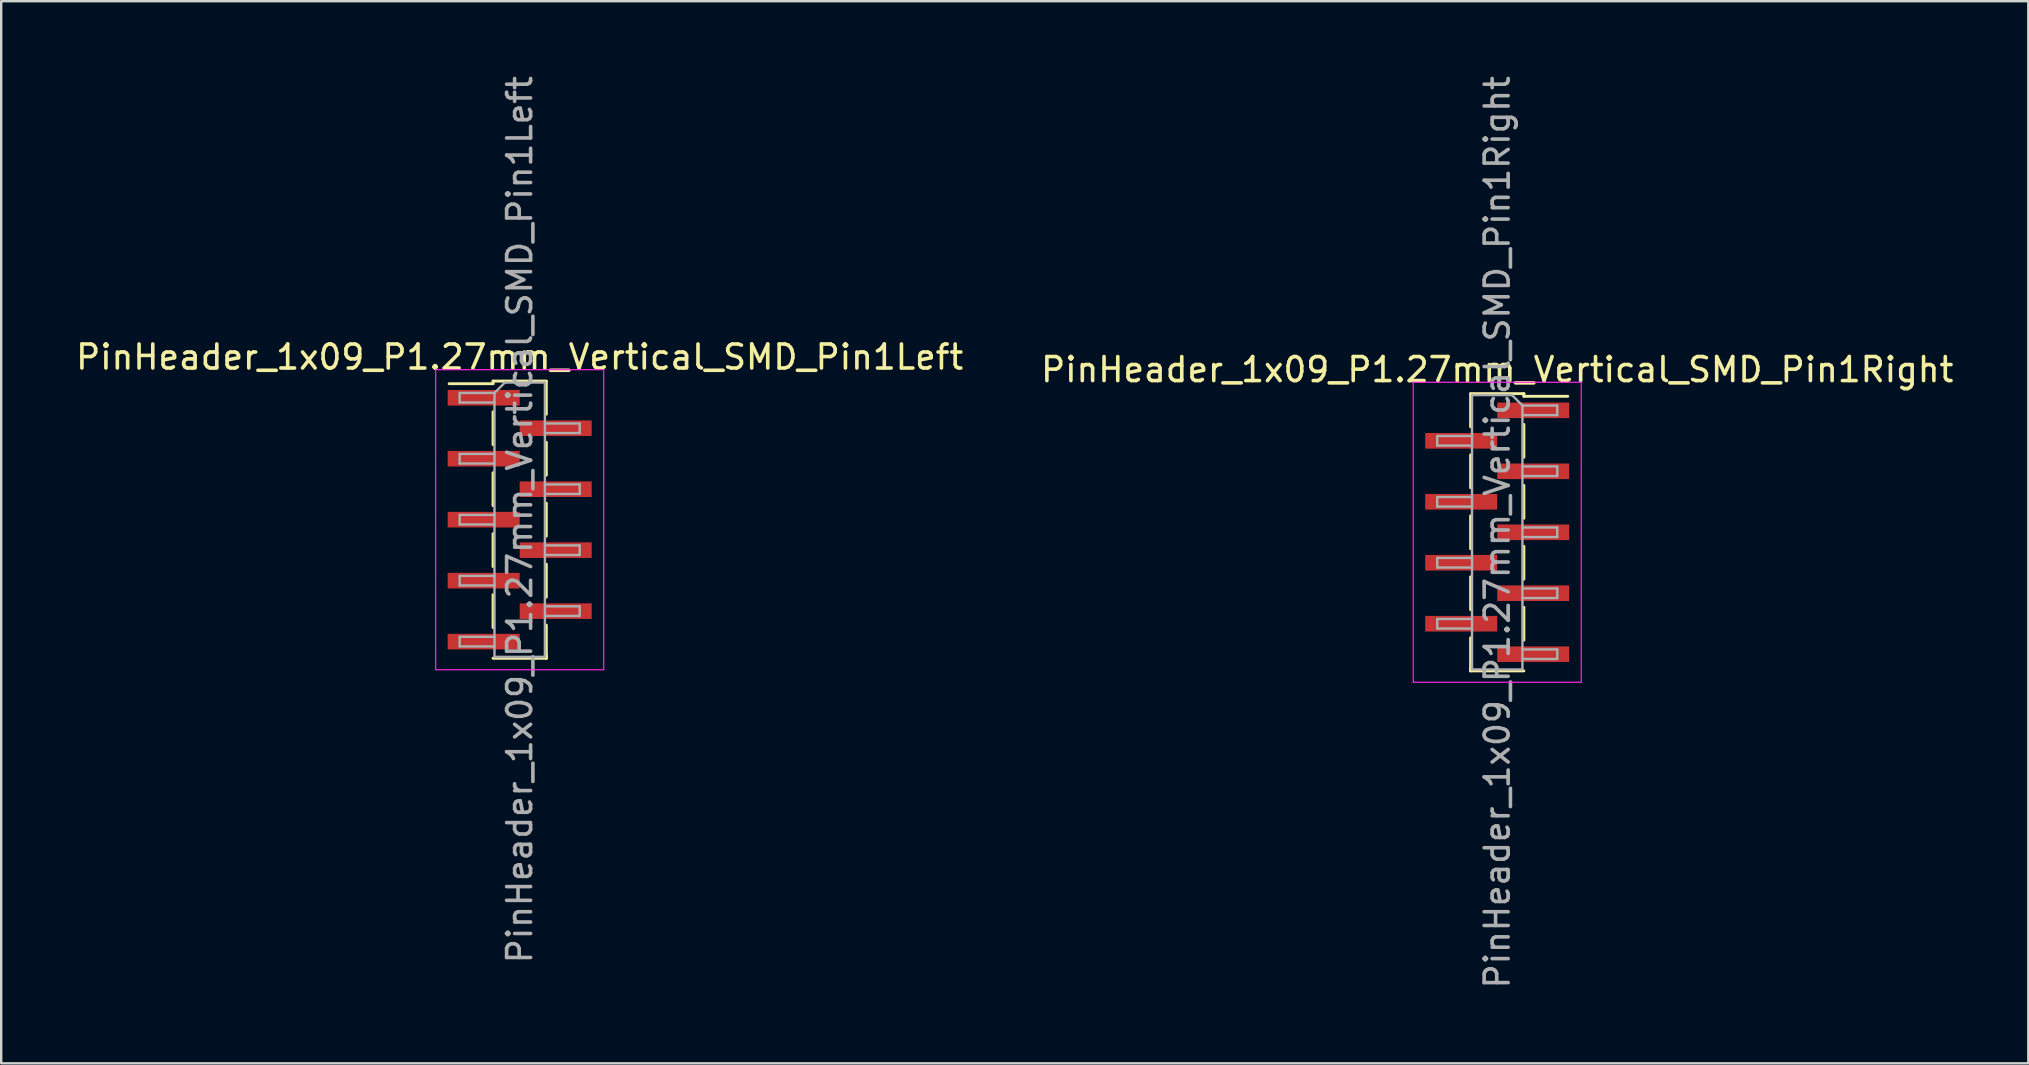
<source format=kicad_pcb>
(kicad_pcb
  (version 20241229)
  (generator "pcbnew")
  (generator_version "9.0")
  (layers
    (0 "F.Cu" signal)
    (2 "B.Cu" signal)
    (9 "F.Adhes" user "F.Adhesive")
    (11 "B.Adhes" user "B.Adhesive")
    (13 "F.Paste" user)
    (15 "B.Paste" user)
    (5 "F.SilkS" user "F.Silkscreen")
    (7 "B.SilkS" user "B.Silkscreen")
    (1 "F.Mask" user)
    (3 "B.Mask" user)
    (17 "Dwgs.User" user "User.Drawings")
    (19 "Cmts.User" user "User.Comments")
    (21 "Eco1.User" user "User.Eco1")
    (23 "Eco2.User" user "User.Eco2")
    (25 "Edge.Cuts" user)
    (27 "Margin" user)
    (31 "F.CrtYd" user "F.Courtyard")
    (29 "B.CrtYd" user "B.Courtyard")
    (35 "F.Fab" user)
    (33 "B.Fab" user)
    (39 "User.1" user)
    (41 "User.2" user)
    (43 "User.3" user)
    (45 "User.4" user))
  (footprint "PinHeader_1x09_P1.27mm_Vertical_SMD_Pin1Right"
    (layer "F.Cu")
    (at 59.327 19.125)
    (property "Reference" "PinHeader_1x09_P1.27mm_Vertical_SMD_Pin1Right" (at 0 -6.775 0) (layer "F.SilkS") (effects (font (size 1 1) (thickness 0.15))))
    (attr smd)
    (fp_line (start -1.11 -5.775) (end 1.11 -5.775) (stroke (width 0.12) (type solid)) (layer "F.SilkS"))
    (fp_line (start -1.11 -5.765) (end -1.11 -4.395) (stroke (width 0.12) (type solid)) (layer "F.SilkS"))
    (fp_line (start -1.11 -3.225) (end -1.11 -1.855) (stroke (width 0.12) (type solid)) (layer "F.SilkS"))
    (fp_line (start -1.11 -0.685) (end -1.11 0.685) (stroke (width 0.12) (type solid)) (layer "F.SilkS"))
    (fp_line (start -1.11 1.855) (end -1.11 3.225) (stroke (width 0.12) (type solid)) (layer "F.SilkS"))
    (fp_line (start -1.11 4.395) (end -1.11 5.765) (stroke (width 0.12) (type solid)) (layer "F.SilkS"))
    (fp_line (start -1.11 5.665) (end -1.11 5.775) (stroke (width 0.12) (type solid)) (layer "F.SilkS"))
    (fp_line (start -1.11 5.775) (end 1.11 5.775) (stroke (width 0.12) (type solid)) (layer "F.SilkS"))
    (fp_line (start 1.11 -5.775) (end 1.11 -5.665) (stroke (width 0.12) (type solid)) (layer "F.SilkS"))
    (fp_line (start 1.11 -5.665) (end 2.94 -5.665) (stroke (width 0.12) (type solid)) (layer "F.SilkS"))
    (fp_line (start 1.11 -4.495) (end 1.11 -3.125) (stroke (width 0.12) (type solid)) (layer "F.SilkS"))
    (fp_line (start 1.11 -1.955) (end 1.11 -0.585) (stroke (width 0.12) (type solid)) (layer "F.SilkS"))
    (fp_line (start 1.11 0.585) (end 1.11 1.955) (stroke (width 0.12) (type solid)) (layer "F.SilkS"))
    (fp_line (start 1.11 3.125) (end 1.11 4.495) (stroke (width 0.12) (type solid)) (layer "F.SilkS"))
    (fp_line (start -3.5 -6.25) (end -3.5 6.25) (stroke (width 0.05) (type solid)) (layer "F.CrtYd"))
    (fp_line (start -3.5 6.25) (end 3.5 6.25) (stroke (width 0.05) (type solid)) (layer "F.CrtYd"))
    (fp_line (start 3.5 -6.25) (end -3.5 -6.25) (stroke (width 0.05) (type solid)) (layer "F.CrtYd"))
    (fp_line (start 3.5 6.25) (end 3.5 -6.25) (stroke (width 0.05) (type solid)) (layer "F.CrtYd"))
    (fp_line (start -2.5 -4.01) (end -2.5 -3.61) (stroke (width 0.1) (type solid)) (layer "F.Fab"))
    (fp_line (start -2.5 -3.61) (end -1.05 -3.61) (stroke (width 0.1) (type solid)) (layer "F.Fab"))
    (fp_line (start -2.5 -1.47) (end -2.5 -1.07) (stroke (width 0.1) (type solid)) (layer "F.Fab"))
    (fp_line (start -2.5 -1.07) (end -1.05 -1.07) (stroke (width 0.1) (type solid)) (layer "F.Fab"))
    (fp_line (start -2.5 1.07) (end -2.5 1.47) (stroke (width 0.1) (type solid)) (layer "F.Fab"))
    (fp_line (start -2.5 1.47) (end -1.05 1.47) (stroke (width 0.1) (type solid)) (layer "F.Fab"))
    (fp_line (start -2.5 3.61) (end -2.5 4.01) (stroke (width 0.1) (type solid)) (layer "F.Fab"))
    (fp_line (start -2.5 4.01) (end -1.05 4.01) (stroke (width 0.1) (type solid)) (layer "F.Fab"))
    (fp_line (start -1.05 -5.715) (end -1.05 5.715) (stroke (width 0.1) (type solid)) (layer "F.Fab"))
    (fp_line (start -1.05 -5.715) (end 0.615 -5.715) (stroke (width 0.1) (type solid)) (layer "F.Fab"))
    (fp_line (start -1.05 -4.01) (end -2.5 -4.01) (stroke (width 0.1) (type solid)) (layer "F.Fab"))
    (fp_line (start -1.05 -1.47) (end -2.5 -1.47) (stroke (width 0.1) (type solid)) (layer "F.Fab"))
    (fp_line (start -1.05 1.07) (end -2.5 1.07) (stroke (width 0.1) (type solid)) (layer "F.Fab"))
    (fp_line (start -1.05 3.61) (end -2.5 3.61) (stroke (width 0.1) (type solid)) (layer "F.Fab"))
    (fp_line (start 1.05 -5.28) (end 0.615 -5.715) (stroke (width 0.1) (type solid)) (layer "F.Fab"))
    (fp_line (start 1.05 -5.28) (end 2.5 -5.28) (stroke (width 0.1) (type solid)) (layer "F.Fab"))
    (fp_line (start 1.05 -2.74) (end 2.5 -2.74) (stroke (width 0.1) (type solid)) (layer "F.Fab"))
    (fp_line (start 1.05 -0.2) (end 2.5 -0.2) (stroke (width 0.1) (type solid)) (layer "F.Fab"))
    (fp_line (start 1.05 2.34) (end 2.5 2.34) (stroke (width 0.1) (type solid)) (layer "F.Fab"))
    (fp_line (start 1.05 4.88) (end 2.5 4.88) (stroke (width 0.1) (type solid)) (layer "F.Fab"))
    (fp_line (start 1.05 5.715) (end -1.05 5.715) (stroke (width 0.1) (type solid)) (layer "F.Fab"))
    (fp_line (start 1.05 5.715) (end 1.05 -5.28) (stroke (width 0.1) (type solid)) (layer "F.Fab"))
    (fp_line (start 2.5 -5.28) (end 2.5 -4.88) (stroke (width 0.1) (type solid)) (layer "F.Fab"))
    (fp_line (start 2.5 -4.88) (end 1.05 -4.88) (stroke (width 0.1) (type solid)) (layer "F.Fab"))
    (fp_line (start 2.5 -2.74) (end 2.5 -2.34) (stroke (width 0.1) (type solid)) (layer "F.Fab"))
    (fp_line (start 2.5 -2.34) (end 1.05 -2.34) (stroke (width 0.1) (type solid)) (layer "F.Fab"))
    (fp_line (start 2.5 -0.2) (end 2.5 0.2) (stroke (width 0.1) (type solid)) (layer "F.Fab"))
    (fp_line (start 2.5 0.2) (end 1.05 0.2) (stroke (width 0.1) (type solid)) (layer "F.Fab"))
    (fp_line (start 2.5 2.34) (end 2.5 2.74) (stroke (width 0.1) (type solid)) (layer "F.Fab"))
    (fp_line (start 2.5 2.74) (end 1.05 2.74) (stroke (width 0.1) (type solid)) (layer "F.Fab"))
    (fp_line (start 2.5 4.88) (end 2.5 5.28) (stroke (width 0.1) (type solid)) (layer "F.Fab"))
    (fp_line (start 2.5 5.28) (end 1.05 5.28) (stroke (width 0.1) (type solid)) (layer "F.Fab"))
    (fp_text user "${REFERENCE}" (at 0 0 90) (layer "F.Fab") (effects (font (size 1 1) (thickness 0.15))))
    (pad "1" smd rect (at 1.5 -5.08) (size 3 0.65) (layers "F.Cu" "F.Mask" "F.Paste"))
    (pad "2" smd rect (at -1.5 -3.81) (size 3 0.65) (layers "F.Cu" "F.Mask" "F.Paste"))
    (pad "3" smd rect (at 1.5 -2.54) (size 3 0.65) (layers "F.Cu" "F.Mask" "F.Paste"))
    (pad "4" smd rect (at -1.5 -1.27) (size 3 0.65) (layers "F.Cu" "F.Mask" "F.Paste"))
    (pad "5" smd rect (at 1.5 0) (size 3 0.65) (layers "F.Cu" "F.Mask" "F.Paste"))
    (pad "6" smd rect (at -1.5 1.27) (size 3 0.65) (layers "F.Cu" "F.Mask" "F.Paste"))
    (pad "7" smd rect (at 1.5 2.54) (size 3 0.65) (layers "F.Cu" "F.Mask" "F.Paste"))
    (pad "8" smd rect (at -1.5 3.81) (size 3 0.65) (layers "F.Cu" "F.Mask" "F.Paste"))
    (pad "9" smd rect (at 1.5 5.08) (size 3 0.65) (layers "F.Cu" "F.Mask" "F.Paste")))
  (footprint "PinHeader_1x09_P1.27mm_Vertical_SMD_Pin1Left"
    (layer "F.Cu")
    (at 18.601 18.601)
    (property "Reference" "PinHeader_1x09_P1.27mm_Vertical_SMD_Pin1Left" (at 0 -6.775 0) (layer "F.SilkS") (effects (font (size 1 1) (thickness 0.15))))
    (attr smd)
    (fp_line (start -1.11 -5.775) (end -1.11 -5.665) (stroke (width 0.12) (type solid)) (layer "F.SilkS"))
    (fp_line (start -1.11 -5.775) (end 1.11 -5.775) (stroke (width 0.12) (type solid)) (layer "F.SilkS"))
    (fp_line (start -1.11 -5.665) (end -2.94 -5.665) (stroke (width 0.12) (type solid)) (layer "F.SilkS"))
    (fp_line (start -1.11 -4.495) (end -1.11 -3.125) (stroke (width 0.12) (type solid)) (layer "F.SilkS"))
    (fp_line (start -1.11 -1.955) (end -1.11 -0.585) (stroke (width 0.12) (type solid)) (layer "F.SilkS"))
    (fp_line (start -1.11 0.585) (end -1.11 1.955) (stroke (width 0.12) (type solid)) (layer "F.SilkS"))
    (fp_line (start -1.11 3.125) (end -1.11 4.495) (stroke (width 0.12) (type solid)) (layer "F.SilkS"))
    (fp_line (start -1.11 5.775) (end 1.11 5.775) (stroke (width 0.12) (type solid)) (layer "F.SilkS"))
    (fp_line (start 1.11 -5.765) (end 1.11 -4.395) (stroke (width 0.12) (type solid)) (layer "F.SilkS"))
    (fp_line (start 1.11 -3.225) (end 1.11 -1.855) (stroke (width 0.12) (type solid)) (layer "F.SilkS"))
    (fp_line (start 1.11 -0.685) (end 1.11 0.685) (stroke (width 0.12) (type solid)) (layer "F.SilkS"))
    (fp_line (start 1.11 1.855) (end 1.11 3.225) (stroke (width 0.12) (type solid)) (layer "F.SilkS"))
    (fp_line (start 1.11 4.395) (end 1.11 5.765) (stroke (width 0.12) (type solid)) (layer "F.SilkS"))
    (fp_line (start 1.11 5.665) (end 1.11 5.775) (stroke (width 0.12) (type solid)) (layer "F.SilkS"))
    (fp_line (start -3.5 -6.25) (end -3.5 6.25) (stroke (width 0.05) (type solid)) (layer "F.CrtYd"))
    (fp_line (start -3.5 6.25) (end 3.5 6.25) (stroke (width 0.05) (type solid)) (layer "F.CrtYd"))
    (fp_line (start 3.5 -6.25) (end -3.5 -6.25) (stroke (width 0.05) (type solid)) (layer "F.CrtYd"))
    (fp_line (start 3.5 6.25) (end 3.5 -6.25) (stroke (width 0.05) (type solid)) (layer "F.CrtYd"))
    (fp_line (start -2.5 -5.28) (end -2.5 -4.88) (stroke (width 0.1) (type solid)) (layer "F.Fab"))
    (fp_line (start -2.5 -4.88) (end -1.05 -4.88) (stroke (width 0.1) (type solid)) (layer "F.Fab"))
    (fp_line (start -2.5 -2.74) (end -2.5 -2.34) (stroke (width 0.1) (type solid)) (layer "F.Fab"))
    (fp_line (start -2.5 -2.34) (end -1.05 -2.34) (stroke (width 0.1) (type solid)) (layer "F.Fab"))
    (fp_line (start -2.5 -0.2) (end -2.5 0.2) (stroke (width 0.1) (type solid)) (layer "F.Fab"))
    (fp_line (start -2.5 0.2) (end -1.05 0.2) (stroke (width 0.1) (type solid)) (layer "F.Fab"))
    (fp_line (start -2.5 2.34) (end -2.5 2.74) (stroke (width 0.1) (type solid)) (layer "F.Fab"))
    (fp_line (start -2.5 2.74) (end -1.05 2.74) (stroke (width 0.1) (type solid)) (layer "F.Fab"))
    (fp_line (start -2.5 4.88) (end -2.5 5.28) (stroke (width 0.1) (type solid)) (layer "F.Fab"))
    (fp_line (start -2.5 5.28) (end -1.05 5.28) (stroke (width 0.1) (type solid)) (layer "F.Fab"))
    (fp_line (start -1.05 -5.28) (end -2.5 -5.28) (stroke (width 0.1) (type solid)) (layer "F.Fab"))
    (fp_line (start -1.05 -5.28) (end -0.615 -5.715) (stroke (width 0.1) (type solid)) (layer "F.Fab"))
    (fp_line (start -1.05 -2.74) (end -2.5 -2.74) (stroke (width 0.1) (type solid)) (layer "F.Fab"))
    (fp_line (start -1.05 -0.2) (end -2.5 -0.2) (stroke (width 0.1) (type solid)) (layer "F.Fab"))
    (fp_line (start -1.05 2.34) (end -2.5 2.34) (stroke (width 0.1) (type solid)) (layer "F.Fab"))
    (fp_line (start -1.05 4.88) (end -2.5 4.88) (stroke (width 0.1) (type solid)) (layer "F.Fab"))
    (fp_line (start -1.05 5.715) (end -1.05 -5.28) (stroke (width 0.1) (type solid)) (layer "F.Fab"))
    (fp_line (start -0.615 -5.715) (end 1.05 -5.715) (stroke (width 0.1) (type solid)) (layer "F.Fab"))
    (fp_line (start 1.05 -5.715) (end 1.05 5.715) (stroke (width 0.1) (type solid)) (layer "F.Fab"))
    (fp_line (start 1.05 -4.01) (end 2.5 -4.01) (stroke (width 0.1) (type solid)) (layer "F.Fab"))
    (fp_line (start 1.05 -1.47) (end 2.5 -1.47) (stroke (width 0.1) (type solid)) (layer "F.Fab"))
    (fp_line (start 1.05 1.07) (end 2.5 1.07) (stroke (width 0.1) (type solid)) (layer "F.Fab"))
    (fp_line (start 1.05 3.61) (end 2.5 3.61) (stroke (width 0.1) (type solid)) (layer "F.Fab"))
    (fp_line (start 1.05 5.715) (end -1.05 5.715) (stroke (width 0.1) (type solid)) (layer "F.Fab"))
    (fp_line (start 2.5 -4.01) (end 2.5 -3.61) (stroke (width 0.1) (type solid)) (layer "F.Fab"))
    (fp_line (start 2.5 -3.61) (end 1.05 -3.61) (stroke (width 0.1) (type solid)) (layer "F.Fab"))
    (fp_line (start 2.5 -1.47) (end 2.5 -1.07) (stroke (width 0.1) (type solid)) (layer "F.Fab"))
    (fp_line (start 2.5 -1.07) (end 1.05 -1.07) (stroke (width 0.1) (type solid)) (layer "F.Fab"))
    (fp_line (start 2.5 1.07) (end 2.5 1.47) (stroke (width 0.1) (type solid)) (layer "F.Fab"))
    (fp_line (start 2.5 1.47) (end 1.05 1.47) (stroke (width 0.1) (type solid)) (layer "F.Fab"))
    (fp_line (start 2.5 3.61) (end 2.5 4.01) (stroke (width 0.1) (type solid)) (layer "F.Fab"))
    (fp_line (start 2.5 4.01) (end 1.05 4.01) (stroke (width 0.1) (type solid)) (layer "F.Fab"))
    (fp_text user "${REFERENCE}" (at 0 0 90) (layer "F.Fab") (effects (font (size 1 1) (thickness 0.15))))
    (pad "1" smd rect (at -1.5 -5.08) (size 3 0.65) (layers "F.Cu" "F.Mask" "F.Paste"))
    (pad "2" smd rect (at 1.5 -3.81) (size 3 0.65) (layers "F.Cu" "F.Mask" "F.Paste"))
    (pad "3" smd rect (at -1.5 -2.54) (size 3 0.65) (layers "F.Cu" "F.Mask" "F.Paste"))
    (pad "4" smd rect (at 1.5 -1.27) (size 3 0.65) (layers "F.Cu" "F.Mask" "F.Paste"))
    (pad "5" smd rect (at -1.5 0) (size 3 0.65) (layers "F.Cu" "F.Mask" "F.Paste"))
    (pad "6" smd rect (at 1.5 1.27) (size 3 0.65) (layers "F.Cu" "F.Mask" "F.Paste"))
    (pad "7" smd rect (at -1.5 2.54) (size 3 0.65) (layers "F.Cu" "F.Mask" "F.Paste"))
    (pad "8" smd rect (at 1.5 3.81) (size 3 0.65) (layers "F.Cu" "F.Mask" "F.Paste"))
    (pad "9" smd rect (at -1.5 5.08) (size 3 0.65) (layers "F.Cu" "F.Mask" "F.Paste")))
  (gr_rect
    (start -3 -3)
    (end 81.452 41.25)
    (stroke (width 0.1) (type default))
    (fill no)
    (layer "Edge.Cuts")))
</source>
